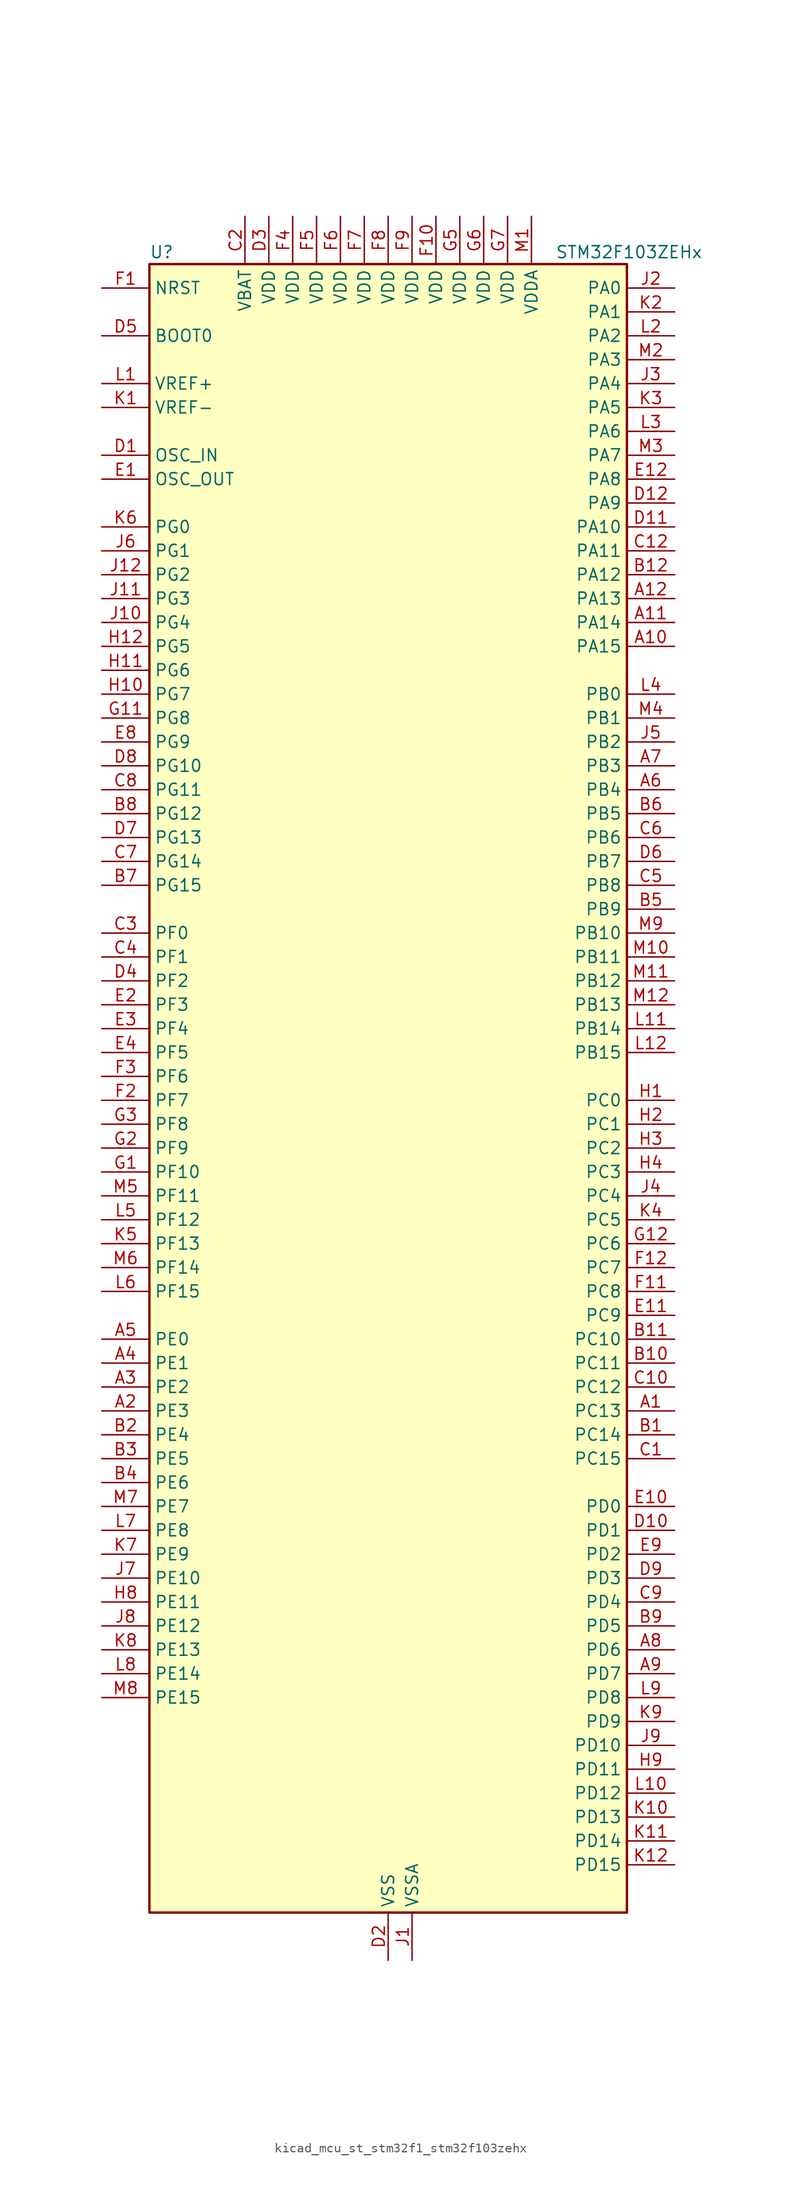
<source format=kicad_sym>
(kicad_symbol_lib
  (version 20220914)
  (generator kicad_symbol_editor)
  (symbol "kicad_mcu_st_stm32f1_stm32f103zehx"
    (property "Reference" "U"
      (at -25.4 90.17 0)
      (effects (font (size 1.27 1.27)) (justify left)))
    (property "Value" "STM32F103ZEHx"
      (at 17.78 90.17 0)
      (effects (font (size 1.27 1.27)) (justify left)))
    (property "ki_locked" ""
      (at 0 0 0)
      (effects (font (size 1.27 1.27))))
    (symbol "kicad_mcu_st_stm32f1_stm32f103zehx_0_1"
      (rectangle (start -25.4 -86.36) (end 25.4 88.9) (stroke (width 0.254) (type default)) (fill (type background))))
    (symbol "kicad_mcu_st_stm32f1_stm32f103zehx_1_1"
      (pin bidirectional line (at 30.48 -33.02 180) (length 5.08) (name "PC13" (effects (font (size 1.27 1.27)))) (number "A1" (effects (font (size 1.27 1.27)))) (alternate "RTC_OUT" bidirectional line) (alternate "RTC_TAMPER" bidirectional line))
      (pin bidirectional line (at 30.48 48.26 180) (length 5.08) (name "PA15" (effects (font (size 1.27 1.27)))) (number "A10" (effects (font (size 1.27 1.27)))) (alternate "ADC1_EXTI15" bidirectional line) (alternate "ADC2_EXTI15" bidirectional line) (alternate "I2S3_WS" bidirectional line) (alternate "SPI1_NSS" bidirectional line) (alternate "SPI3_NSS" bidirectional line) (alternate "SYS_JTDI" bidirectional line) (alternate "TIM2_CH1" bidirectional line) (alternate "TIM2_ETR" bidirectional line))
      (pin bidirectional line (at 30.48 50.8 180) (length 5.08) (name "PA14" (effects (font (size 1.27 1.27)))) (number "A11" (effects (font (size 1.27 1.27)))) (alternate "SYS_JTCK-SWCLK" bidirectional line))
      (pin bidirectional line (at 30.48 53.34 180) (length 5.08) (name "PA13" (effects (font (size 1.27 1.27)))) (number "A12" (effects (font (size 1.27 1.27)))) (alternate "SYS_JTMS-SWDIO" bidirectional line))
      (pin bidirectional line (at -30.48 -33.02 0) (length 5.08) (name "PE3" (effects (font (size 1.27 1.27)))) (number "A2" (effects (font (size 1.27 1.27)))) (alternate "FSMC_A19" bidirectional line) (alternate "SYS_TRACED0" bidirectional line))
      (pin bidirectional line (at -30.48 -30.48 0) (length 5.08) (name "PE2" (effects (font (size 1.27 1.27)))) (number "A3" (effects (font (size 1.27 1.27)))) (alternate "FSMC_A23" bidirectional line) (alternate "SYS_TRACECLK" bidirectional line))
      (pin bidirectional line (at -30.48 -27.94 0) (length 5.08) (name "PE1" (effects (font (size 1.27 1.27)))) (number "A4" (effects (font (size 1.27 1.27)))) (alternate "FSMC_NBL1" bidirectional line))
      (pin bidirectional line (at -30.48 -25.4 0) (length 5.08) (name "PE0" (effects (font (size 1.27 1.27)))) (number "A5" (effects (font (size 1.27 1.27)))) (alternate "FSMC_NBL0" bidirectional line) (alternate "TIM4_ETR" bidirectional line))
      (pin bidirectional line (at 30.48 33.02 180) (length 5.08) (name "PB4" (effects (font (size 1.27 1.27)))) (number "A6" (effects (font (size 1.27 1.27)))) (alternate "SPI1_MISO" bidirectional line) (alternate "SPI3_MISO" bidirectional line) (alternate "SYS_NJTRST" bidirectional line) (alternate "TIM3_CH1" bidirectional line))
      (pin bidirectional line (at 30.48 35.56 180) (length 5.08) (name "PB3" (effects (font (size 1.27 1.27)))) (number "A7" (effects (font (size 1.27 1.27)))) (alternate "I2S3_CK" bidirectional line) (alternate "SPI1_SCK" bidirectional line) (alternate "SPI3_SCK" bidirectional line) (alternate "SYS_JTDO-TRACESWO" bidirectional line) (alternate "TIM2_CH2" bidirectional line))
      (pin bidirectional line (at 30.48 -58.42 180) (length 5.08) (name "PD6" (effects (font (size 1.27 1.27)))) (number "A8" (effects (font (size 1.27 1.27)))) (alternate "FSMC_NWAIT" bidirectional line) (alternate "USART2_RX" bidirectional line))
      (pin bidirectional line (at 30.48 -60.96 180) (length 5.08) (name "PD7" (effects (font (size 1.27 1.27)))) (number "A9" (effects (font (size 1.27 1.27)))) (alternate "FSMC_NCE2" bidirectional line) (alternate "FSMC_NE1" bidirectional line) (alternate "USART2_CK" bidirectional line))
      (pin bidirectional line (at 30.48 -35.56 180) (length 5.08) (name "PC14" (effects (font (size 1.27 1.27)))) (number "B1" (effects (font (size 1.27 1.27)))) (alternate "RCC_OSC32_IN" bidirectional line))
      (pin bidirectional line (at 30.48 -27.94 180) (length 5.08) (name "PC11" (effects (font (size 1.27 1.27)))) (number "B10" (effects (font (size 1.27 1.27)))) (alternate "ADC1_EXTI11" bidirectional line) (alternate "ADC2_EXTI11" bidirectional line) (alternate "SDIO_D3" bidirectional line) (alternate "UART4_RX" bidirectional line) (alternate "USART3_RX" bidirectional line))
      (pin bidirectional line (at 30.48 -25.4 180) (length 5.08) (name "PC10" (effects (font (size 1.27 1.27)))) (number "B11" (effects (font (size 1.27 1.27)))) (alternate "SDIO_D2" bidirectional line) (alternate "UART4_TX" bidirectional line) (alternate "USART3_TX" bidirectional line))
      (pin bidirectional line (at 30.48 55.88 180) (length 5.08) (name "PA12" (effects (font (size 1.27 1.27)))) (number "B12" (effects (font (size 1.27 1.27)))) (alternate "CAN_TX" bidirectional line) (alternate "TIM1_ETR" bidirectional line) (alternate "USART1_RTS" bidirectional line) (alternate "USB_DP" bidirectional line))
      (pin bidirectional line (at -30.48 -35.56 0) (length 5.08) (name "PE4" (effects (font (size 1.27 1.27)))) (number "B2" (effects (font (size 1.27 1.27)))) (alternate "FSMC_A20" bidirectional line) (alternate "SYS_TRACED1" bidirectional line))
      (pin bidirectional line (at -30.48 -38.1 0) (length 5.08) (name "PE5" (effects (font (size 1.27 1.27)))) (number "B3" (effects (font (size 1.27 1.27)))) (alternate "FSMC_A21" bidirectional line) (alternate "SYS_TRACED2" bidirectional line))
      (pin bidirectional line (at -30.48 -40.64 0) (length 5.08) (name "PE6" (effects (font (size 1.27 1.27)))) (number "B4" (effects (font (size 1.27 1.27)))) (alternate "FSMC_A22" bidirectional line) (alternate "SYS_TRACED3" bidirectional line))
      (pin bidirectional line (at 30.48 20.32 180) (length 5.08) (name "PB9" (effects (font (size 1.27 1.27)))) (number "B5" (effects (font (size 1.27 1.27)))) (alternate "CAN_TX" bidirectional line) (alternate "DAC_EXTI9" bidirectional line) (alternate "I2C1_SDA" bidirectional line) (alternate "SDIO_D5" bidirectional line) (alternate "TIM4_CH4" bidirectional line))
      (pin bidirectional line (at 30.48 30.48 180) (length 5.08) (name "PB5" (effects (font (size 1.27 1.27)))) (number "B6" (effects (font (size 1.27 1.27)))) (alternate "I2C1_SMBA" bidirectional line) (alternate "I2S3_SD" bidirectional line) (alternate "SPI1_MOSI" bidirectional line) (alternate "SPI3_MOSI" bidirectional line) (alternate "TIM3_CH2" bidirectional line))
      (pin bidirectional line (at -30.48 22.86 0) (length 5.08) (name "PG15" (effects (font (size 1.27 1.27)))) (number "B7" (effects (font (size 1.27 1.27)))) (alternate "ADC1_EXTI15" bidirectional line) (alternate "ADC2_EXTI15" bidirectional line))
      (pin bidirectional line (at -30.48 30.48 0) (length 5.08) (name "PG12" (effects (font (size 1.27 1.27)))) (number "B8" (effects (font (size 1.27 1.27)))) (alternate "FSMC_NE4" bidirectional line))
      (pin bidirectional line (at 30.48 -55.88 180) (length 5.08) (name "PD5" (effects (font (size 1.27 1.27)))) (number "B9" (effects (font (size 1.27 1.27)))) (alternate "FSMC_NWE" bidirectional line) (alternate "USART2_TX" bidirectional line))
      (pin bidirectional line (at 30.48 -38.1 180) (length 5.08) (name "PC15" (effects (font (size 1.27 1.27)))) (number "C1" (effects (font (size 1.27 1.27)))) (alternate "ADC1_EXTI15" bidirectional line) (alternate "ADC2_EXTI15" bidirectional line) (alternate "RCC_OSC32_OUT" bidirectional line))
      (pin bidirectional line (at 30.48 -30.48 180) (length 5.08) (name "PC12" (effects (font (size 1.27 1.27)))) (number "C10" (effects (font (size 1.27 1.27)))) (alternate "SDIO_CK" bidirectional line) (alternate "UART5_TX" bidirectional line) (alternate "USART3_CK" bidirectional line))
      (pin no_connect line (at -25.4 -86.36 0) (length 5.08) hide (name "NC" (effects (font (size 1.27 1.27)))) (number "C11" (effects (font (size 1.27 1.27)))))
      (pin bidirectional line (at 30.48 58.42 180) (length 5.08) (name "PA11" (effects (font (size 1.27 1.27)))) (number "C12" (effects (font (size 1.27 1.27)))) (alternate "ADC1_EXTI11" bidirectional line) (alternate "ADC2_EXTI11" bidirectional line) (alternate "CAN_RX" bidirectional line) (alternate "TIM1_CH4" bidirectional line) (alternate "USART1_CTS" bidirectional line) (alternate "USB_DM" bidirectional line))
      (pin power_in line (at -15.24 93.98 270) (length 5.08) (name "VBAT" (effects (font (size 1.27 1.27)))) (number "C2" (effects (font (size 1.27 1.27)))))
      (pin bidirectional line (at -30.48 17.78 0) (length 5.08) (name "PF0" (effects (font (size 1.27 1.27)))) (number "C3" (effects (font (size 1.27 1.27)))) (alternate "FSMC_A0" bidirectional line))
      (pin bidirectional line (at -30.48 15.24 0) (length 5.08) (name "PF1" (effects (font (size 1.27 1.27)))) (number "C4" (effects (font (size 1.27 1.27)))) (alternate "FSMC_A1" bidirectional line))
      (pin bidirectional line (at 30.48 22.86 180) (length 5.08) (name "PB8" (effects (font (size 1.27 1.27)))) (number "C5" (effects (font (size 1.27 1.27)))) (alternate "CAN_RX" bidirectional line) (alternate "I2C1_SCL" bidirectional line) (alternate "SDIO_D4" bidirectional line) (alternate "TIM4_CH3" bidirectional line))
      (pin bidirectional line (at 30.48 27.94 180) (length 5.08) (name "PB6" (effects (font (size 1.27 1.27)))) (number "C6" (effects (font (size 1.27 1.27)))) (alternate "I2C1_SCL" bidirectional line) (alternate "TIM4_CH1" bidirectional line) (alternate "USART1_TX" bidirectional line))
      (pin bidirectional line (at -30.48 25.4 0) (length 5.08) (name "PG14" (effects (font (size 1.27 1.27)))) (number "C7" (effects (font (size 1.27 1.27)))) (alternate "FSMC_A25" bidirectional line))
      (pin bidirectional line (at -30.48 33.02 0) (length 5.08) (name "PG11" (effects (font (size 1.27 1.27)))) (number "C8" (effects (font (size 1.27 1.27)))) (alternate "ADC1_EXTI11" bidirectional line) (alternate "ADC2_EXTI11" bidirectional line) (alternate "FSMC_NCE4_2" bidirectional line))
      (pin bidirectional line (at 30.48 -53.34 180) (length 5.08) (name "PD4" (effects (font (size 1.27 1.27)))) (number "C9" (effects (font (size 1.27 1.27)))) (alternate "FSMC_NOE" bidirectional line) (alternate "USART2_RTS" bidirectional line))
      (pin input line (at -30.48 68.58 0) (length 5.08) (name "OSC_IN" (effects (font (size 1.27 1.27)))) (number "D1" (effects (font (size 1.27 1.27)))) (alternate "RCC_OSC_IN" bidirectional line))
      (pin bidirectional line (at 30.48 -45.72 180) (length 5.08) (name "PD1" (effects (font (size 1.27 1.27)))) (number "D10" (effects (font (size 1.27 1.27)))) (alternate "CAN_TX" bidirectional line) (alternate "FSMC_D3" bidirectional line) (alternate "FSMC_DA3" bidirectional line))
      (pin bidirectional line (at 30.48 60.96 180) (length 5.08) (name "PA10" (effects (font (size 1.27 1.27)))) (number "D11" (effects (font (size 1.27 1.27)))) (alternate "TIM1_CH3" bidirectional line) (alternate "USART1_RX" bidirectional line))
      (pin bidirectional line (at 30.48 63.5 180) (length 5.08) (name "PA9" (effects (font (size 1.27 1.27)))) (number "D12" (effects (font (size 1.27 1.27)))) (alternate "DAC_EXTI9" bidirectional line) (alternate "TIM1_CH2" bidirectional line) (alternate "USART1_TX" bidirectional line))
      (pin power_in line (at 0 -91.44 90) (length 5.08) (name "VSS" (effects (font (size 1.27 1.27)))) (number "D2" (effects (font (size 1.27 1.27)))))
      (pin power_in line (at -12.7 93.98 270) (length 5.08) (name "VDD" (effects (font (size 1.27 1.27)))) (number "D3" (effects (font (size 1.27 1.27)))))
      (pin bidirectional line (at -30.48 12.7 0) (length 5.08) (name "PF2" (effects (font (size 1.27 1.27)))) (number "D4" (effects (font (size 1.27 1.27)))) (alternate "FSMC_A2" bidirectional line))
      (pin input line (at -30.48 81.28 0) (length 5.08) (name "BOOT0" (effects (font (size 1.27 1.27)))) (number "D5" (effects (font (size 1.27 1.27)))))
      (pin bidirectional line (at 30.48 25.4 180) (length 5.08) (name "PB7" (effects (font (size 1.27 1.27)))) (number "D6" (effects (font (size 1.27 1.27)))) (alternate "FSMC_NL" bidirectional line) (alternate "I2C1_SDA" bidirectional line) (alternate "TIM4_CH2" bidirectional line) (alternate "USART1_RX" bidirectional line))
      (pin bidirectional line (at -30.48 27.94 0) (length 5.08) (name "PG13" (effects (font (size 1.27 1.27)))) (number "D7" (effects (font (size 1.27 1.27)))) (alternate "FSMC_A24" bidirectional line))
      (pin bidirectional line (at -30.48 35.56 0) (length 5.08) (name "PG10" (effects (font (size 1.27 1.27)))) (number "D8" (effects (font (size 1.27 1.27)))) (alternate "FSMC_NCE4_1" bidirectional line) (alternate "FSMC_NE3" bidirectional line))
      (pin bidirectional line (at 30.48 -50.8 180) (length 5.08) (name "PD3" (effects (font (size 1.27 1.27)))) (number "D9" (effects (font (size 1.27 1.27)))) (alternate "FSMC_CLK" bidirectional line) (alternate "USART2_CTS" bidirectional line))
      (pin input line (at -30.48 66.04 0) (length 5.08) (name "OSC_OUT" (effects (font (size 1.27 1.27)))) (number "E1" (effects (font (size 1.27 1.27)))) (alternate "RCC_OSC_OUT" bidirectional line))
      (pin bidirectional line (at 30.48 -43.18 180) (length 5.08) (name "PD0" (effects (font (size 1.27 1.27)))) (number "E10" (effects (font (size 1.27 1.27)))) (alternate "CAN_RX" bidirectional line) (alternate "FSMC_D2" bidirectional line) (alternate "FSMC_DA2" bidirectional line))
      (pin bidirectional line (at 30.48 -22.86 180) (length 5.08) (name "PC9" (effects (font (size 1.27 1.27)))) (number "E11" (effects (font (size 1.27 1.27)))) (alternate "DAC_EXTI9" bidirectional line) (alternate "SDIO_D1" bidirectional line) (alternate "TIM3_CH4" bidirectional line) (alternate "TIM8_CH4" bidirectional line))
      (pin bidirectional line (at 30.48 66.04 180) (length 5.08) (name "PA8" (effects (font (size 1.27 1.27)))) (number "E12" (effects (font (size 1.27 1.27)))) (alternate "RCC_MCO" bidirectional line) (alternate "TIM1_CH1" bidirectional line) (alternate "USART1_CK" bidirectional line))
      (pin bidirectional line (at -30.48 10.16 0) (length 5.08) (name "PF3" (effects (font (size 1.27 1.27)))) (number "E2" (effects (font (size 1.27 1.27)))) (alternate "FSMC_A3" bidirectional line))
      (pin bidirectional line (at -30.48 7.62 0) (length 5.08) (name "PF4" (effects (font (size 1.27 1.27)))) (number "E3" (effects (font (size 1.27 1.27)))) (alternate "FSMC_A4" bidirectional line))
      (pin bidirectional line (at -30.48 5.08 0) (length 5.08) (name "PF5" (effects (font (size 1.27 1.27)))) (number "E4" (effects (font (size 1.27 1.27)))) (alternate "FSMC_A5" bidirectional line))
      (pin passive line (at 0 -91.44 90) (length 5.08) hide (name "VSS" (effects (font (size 1.27 1.27)))) (number "E5" (effects (font (size 1.27 1.27)))))
      (pin passive line (at 0 -91.44 90) (length 5.08) hide (name "VSS" (effects (font (size 1.27 1.27)))) (number "E6" (effects (font (size 1.27 1.27)))))
      (pin passive line (at 0 -91.44 90) (length 5.08) hide (name "VSS" (effects (font (size 1.27 1.27)))) (number "E7" (effects (font (size 1.27 1.27)))))
      (pin bidirectional line (at -30.48 38.1 0) (length 5.08) (name "PG9" (effects (font (size 1.27 1.27)))) (number "E8" (effects (font (size 1.27 1.27)))) (alternate "DAC_EXTI9" bidirectional line) (alternate "FSMC_NCE3" bidirectional line) (alternate "FSMC_NE2" bidirectional line))
      (pin bidirectional line (at 30.48 -48.26 180) (length 5.08) (name "PD2" (effects (font (size 1.27 1.27)))) (number "E9" (effects (font (size 1.27 1.27)))) (alternate "SDIO_CMD" bidirectional line) (alternate "TIM3_ETR" bidirectional line) (alternate "UART5_RX" bidirectional line))
      (pin input line (at -30.48 86.36 0) (length 5.08) (name "NRST" (effects (font (size 1.27 1.27)))) (number "F1" (effects (font (size 1.27 1.27)))))
      (pin power_in line (at 5.08 93.98 270) (length 5.08) (name "VDD" (effects (font (size 1.27 1.27)))) (number "F10" (effects (font (size 1.27 1.27)))))
      (pin bidirectional line (at 30.48 -20.32 180) (length 5.08) (name "PC8" (effects (font (size 1.27 1.27)))) (number "F11" (effects (font (size 1.27 1.27)))) (alternate "SDIO_D0" bidirectional line) (alternate "TIM3_CH3" bidirectional line) (alternate "TIM8_CH3" bidirectional line))
      (pin bidirectional line (at 30.48 -17.78 180) (length 5.08) (name "PC7" (effects (font (size 1.27 1.27)))) (number "F12" (effects (font (size 1.27 1.27)))) (alternate "I2S3_MCK" bidirectional line) (alternate "SDIO_D7" bidirectional line) (alternate "TIM3_CH2" bidirectional line) (alternate "TIM8_CH2" bidirectional line))
      (pin bidirectional line (at -30.48 0 0) (length 5.08) (name "PF7" (effects (font (size 1.27 1.27)))) (number "F2" (effects (font (size 1.27 1.27)))) (alternate "ADC3_IN5" bidirectional line) (alternate "FSMC_NREG" bidirectional line))
      (pin bidirectional line (at -30.48 2.54 0) (length 5.08) (name "PF6" (effects (font (size 1.27 1.27)))) (number "F3" (effects (font (size 1.27 1.27)))) (alternate "ADC3_IN4" bidirectional line) (alternate "FSMC_NIORD" bidirectional line))
      (pin power_in line (at -10.16 93.98 270) (length 5.08) (name "VDD" (effects (font (size 1.27 1.27)))) (number "F4" (effects (font (size 1.27 1.27)))))
      (pin power_in line (at -7.62 93.98 270) (length 5.08) (name "VDD" (effects (font (size 1.27 1.27)))) (number "F5" (effects (font (size 1.27 1.27)))))
      (pin power_in line (at -5.08 93.98 270) (length 5.08) (name "VDD" (effects (font (size 1.27 1.27)))) (number "F6" (effects (font (size 1.27 1.27)))))
      (pin power_in line (at -2.54 93.98 270) (length 5.08) (name "VDD" (effects (font (size 1.27 1.27)))) (number "F7" (effects (font (size 1.27 1.27)))))
      (pin power_in line (at 0 93.98 270) (length 5.08) (name "VDD" (effects (font (size 1.27 1.27)))) (number "F8" (effects (font (size 1.27 1.27)))))
      (pin power_in line (at 2.54 93.98 270) (length 5.08) (name "VDD" (effects (font (size 1.27 1.27)))) (number "F9" (effects (font (size 1.27 1.27)))))
      (pin bidirectional line (at -30.48 -7.62 0) (length 5.08) (name "PF10" (effects (font (size 1.27 1.27)))) (number "G1" (effects (font (size 1.27 1.27)))) (alternate "ADC3_IN8" bidirectional line) (alternate "FSMC_INTR" bidirectional line))
      (pin passive line (at 0 -91.44 90) (length 5.08) hide (name "VSS" (effects (font (size 1.27 1.27)))) (number "G10" (effects (font (size 1.27 1.27)))))
      (pin bidirectional line (at -30.48 40.64 0) (length 5.08) (name "PG8" (effects (font (size 1.27 1.27)))) (number "G11" (effects (font (size 1.27 1.27)))))
      (pin bidirectional line (at 30.48 -15.24 180) (length 5.08) (name "PC6" (effects (font (size 1.27 1.27)))) (number "G12" (effects (font (size 1.27 1.27)))) (alternate "I2S2_MCK" bidirectional line) (alternate "SDIO_D6" bidirectional line) (alternate "TIM3_CH1" bidirectional line) (alternate "TIM8_CH1" bidirectional line))
      (pin bidirectional line (at -30.48 -5.08 0) (length 5.08) (name "PF9" (effects (font (size 1.27 1.27)))) (number "G2" (effects (font (size 1.27 1.27)))) (alternate "ADC3_IN7" bidirectional line) (alternate "DAC_EXTI9" bidirectional line) (alternate "FSMC_CD" bidirectional line))
      (pin bidirectional line (at -30.48 -2.54 0) (length 5.08) (name "PF8" (effects (font (size 1.27 1.27)))) (number "G3" (effects (font (size 1.27 1.27)))) (alternate "ADC3_IN6" bidirectional line) (alternate "FSMC_NIOWR" bidirectional line))
      (pin passive line (at 0 -91.44 90) (length 5.08) hide (name "VSS" (effects (font (size 1.27 1.27)))) (number "G4" (effects (font (size 1.27 1.27)))))
      (pin power_in line (at 7.62 93.98 270) (length 5.08) (name "VDD" (effects (font (size 1.27 1.27)))) (number "G5" (effects (font (size 1.27 1.27)))))
      (pin power_in line (at 10.16 93.98 270) (length 5.08) (name "VDD" (effects (font (size 1.27 1.27)))) (number "G6" (effects (font (size 1.27 1.27)))))
      (pin power_in line (at 12.7 93.98 270) (length 5.08) (name "VDD" (effects (font (size 1.27 1.27)))) (number "G7" (effects (font (size 1.27 1.27)))))
      (pin passive line (at 0 -91.44 90) (length 5.08) hide (name "VSS" (effects (font (size 1.27 1.27)))) (number "G8" (effects (font (size 1.27 1.27)))))
      (pin passive line (at 0 -91.44 90) (length 5.08) hide (name "VSS" (effects (font (size 1.27 1.27)))) (number "G9" (effects (font (size 1.27 1.27)))))
      (pin bidirectional line (at 30.48 0 180) (length 5.08) (name "PC0" (effects (font (size 1.27 1.27)))) (number "H1" (effects (font (size 1.27 1.27)))) (alternate "ADC1_IN10" bidirectional line) (alternate "ADC2_IN10" bidirectional line) (alternate "ADC3_IN10" bidirectional line))
      (pin bidirectional line (at -30.48 43.18 0) (length 5.08) (name "PG7" (effects (font (size 1.27 1.27)))) (number "H10" (effects (font (size 1.27 1.27)))) (alternate "FSMC_INT3" bidirectional line))
      (pin bidirectional line (at -30.48 45.72 0) (length 5.08) (name "PG6" (effects (font (size 1.27 1.27)))) (number "H11" (effects (font (size 1.27 1.27)))) (alternate "FSMC_INT2" bidirectional line))
      (pin bidirectional line (at -30.48 48.26 0) (length 5.08) (name "PG5" (effects (font (size 1.27 1.27)))) (number "H12" (effects (font (size 1.27 1.27)))) (alternate "FSMC_A15" bidirectional line))
      (pin bidirectional line (at 30.48 -2.54 180) (length 5.08) (name "PC1" (effects (font (size 1.27 1.27)))) (number "H2" (effects (font (size 1.27 1.27)))) (alternate "ADC1_IN11" bidirectional line) (alternate "ADC2_IN11" bidirectional line) (alternate "ADC3_IN11" bidirectional line))
      (pin bidirectional line (at 30.48 -5.08 180) (length 5.08) (name "PC2" (effects (font (size 1.27 1.27)))) (number "H3" (effects (font (size 1.27 1.27)))) (alternate "ADC1_IN12" bidirectional line) (alternate "ADC2_IN12" bidirectional line) (alternate "ADC3_IN12" bidirectional line))
      (pin bidirectional line (at 30.48 -7.62 180) (length 5.08) (name "PC3" (effects (font (size 1.27 1.27)))) (number "H4" (effects (font (size 1.27 1.27)))) (alternate "ADC1_IN13" bidirectional line) (alternate "ADC2_IN13" bidirectional line) (alternate "ADC3_IN13" bidirectional line))
      (pin passive line (at 0 -91.44 90) (length 5.08) hide (name "VSS" (effects (font (size 1.27 1.27)))) (number "H5" (effects (font (size 1.27 1.27)))))
      (pin passive line (at 0 -91.44 90) (length 5.08) hide (name "VSS" (effects (font (size 1.27 1.27)))) (number "H6" (effects (font (size 1.27 1.27)))))
      (pin passive line (at 0 -91.44 90) (length 5.08) hide (name "VSS" (effects (font (size 1.27 1.27)))) (number "H7" (effects (font (size 1.27 1.27)))))
      (pin bidirectional line (at -30.48 -53.34 0) (length 5.08) (name "PE11" (effects (font (size 1.27 1.27)))) (number "H8" (effects (font (size 1.27 1.27)))) (alternate "ADC1_EXTI11" bidirectional line) (alternate "ADC2_EXTI11" bidirectional line) (alternate "FSMC_D8" bidirectional line) (alternate "FSMC_DA8" bidirectional line) (alternate "TIM1_CH2" bidirectional line))
      (pin bidirectional line (at 30.48 -71.12 180) (length 5.08) (name "PD11" (effects (font (size 1.27 1.27)))) (number "H9" (effects (font (size 1.27 1.27)))) (alternate "ADC1_EXTI11" bidirectional line) (alternate "ADC2_EXTI11" bidirectional line) (alternate "FSMC_A16" bidirectional line) (alternate "FSMC_CLE" bidirectional line) (alternate "USART3_CTS" bidirectional line))
      (pin power_in line (at 2.54 -91.44 90) (length 5.08) (name "VSSA" (effects (font (size 1.27 1.27)))) (number "J1" (effects (font (size 1.27 1.27)))))
      (pin bidirectional line (at -30.48 50.8 0) (length 5.08) (name "PG4" (effects (font (size 1.27 1.27)))) (number "J10" (effects (font (size 1.27 1.27)))) (alternate "FSMC_A14" bidirectional line))
      (pin bidirectional line (at -30.48 53.34 0) (length 5.08) (name "PG3" (effects (font (size 1.27 1.27)))) (number "J11" (effects (font (size 1.27 1.27)))) (alternate "FSMC_A13" bidirectional line))
      (pin bidirectional line (at -30.48 55.88 0) (length 5.08) (name "PG2" (effects (font (size 1.27 1.27)))) (number "J12" (effects (font (size 1.27 1.27)))) (alternate "FSMC_A12" bidirectional line))
      (pin bidirectional line (at 30.48 86.36 180) (length 5.08) (name "PA0" (effects (font (size 1.27 1.27)))) (number "J2" (effects (font (size 1.27 1.27)))) (alternate "ADC1_IN0" bidirectional line) (alternate "ADC2_IN0" bidirectional line) (alternate "ADC3_IN0" bidirectional line) (alternate "SYS_WKUP" bidirectional line) (alternate "TIM2_CH1" bidirectional line) (alternate "TIM2_ETR" bidirectional line) (alternate "TIM5_CH1" bidirectional line) (alternate "TIM8_ETR" bidirectional line) (alternate "USART2_CTS" bidirectional line))
      (pin bidirectional line (at 30.48 76.2 180) (length 5.08) (name "PA4" (effects (font (size 1.27 1.27)))) (number "J3" (effects (font (size 1.27 1.27)))) (alternate "ADC1_IN4" bidirectional line) (alternate "ADC2_IN4" bidirectional line) (alternate "DAC_OUT1" bidirectional line) (alternate "SPI1_NSS" bidirectional line) (alternate "USART2_CK" bidirectional line))
      (pin bidirectional line (at 30.48 -10.16 180) (length 5.08) (name "PC4" (effects (font (size 1.27 1.27)))) (number "J4" (effects (font (size 1.27 1.27)))) (alternate "ADC1_IN14" bidirectional line) (alternate "ADC2_IN14" bidirectional line))
      (pin bidirectional line (at 30.48 38.1 180) (length 5.08) (name "PB2" (effects (font (size 1.27 1.27)))) (number "J5" (effects (font (size 1.27 1.27)))))
      (pin bidirectional line (at -30.48 58.42 0) (length 5.08) (name "PG1" (effects (font (size 1.27 1.27)))) (number "J6" (effects (font (size 1.27 1.27)))) (alternate "FSMC_A11" bidirectional line))
      (pin bidirectional line (at -30.48 -50.8 0) (length 5.08) (name "PE10" (effects (font (size 1.27 1.27)))) (number "J7" (effects (font (size 1.27 1.27)))) (alternate "FSMC_D7" bidirectional line) (alternate "FSMC_DA7" bidirectional line) (alternate "TIM1_CH2N" bidirectional line))
      (pin bidirectional line (at -30.48 -55.88 0) (length 5.08) (name "PE12" (effects (font (size 1.27 1.27)))) (number "J8" (effects (font (size 1.27 1.27)))) (alternate "FSMC_D9" bidirectional line) (alternate "FSMC_DA9" bidirectional line) (alternate "TIM1_CH3N" bidirectional line))
      (pin bidirectional line (at 30.48 -68.58 180) (length 5.08) (name "PD10" (effects (font (size 1.27 1.27)))) (number "J9" (effects (font (size 1.27 1.27)))) (alternate "FSMC_D15" bidirectional line) (alternate "FSMC_DA15" bidirectional line) (alternate "USART3_CK" bidirectional line))
      (pin input line (at -30.48 73.66 0) (length 5.08) (name "VREF-" (effects (font (size 1.27 1.27)))) (number "K1" (effects (font (size 1.27 1.27)))))
      (pin bidirectional line (at 30.48 -76.2 180) (length 5.08) (name "PD13" (effects (font (size 1.27 1.27)))) (number "K10" (effects (font (size 1.27 1.27)))) (alternate "FSMC_A18" bidirectional line) (alternate "TIM4_CH2" bidirectional line))
      (pin bidirectional line (at 30.48 -78.74 180) (length 5.08) (name "PD14" (effects (font (size 1.27 1.27)))) (number "K11" (effects (font (size 1.27 1.27)))) (alternate "FSMC_D0" bidirectional line) (alternate "FSMC_DA0" bidirectional line) (alternate "TIM4_CH3" bidirectional line))
      (pin bidirectional line (at 30.48 -81.28 180) (length 5.08) (name "PD15" (effects (font (size 1.27 1.27)))) (number "K12" (effects (font (size 1.27 1.27)))) (alternate "ADC1_EXTI15" bidirectional line) (alternate "ADC2_EXTI15" bidirectional line) (alternate "FSMC_D1" bidirectional line) (alternate "FSMC_DA1" bidirectional line) (alternate "TIM4_CH4" bidirectional line))
      (pin bidirectional line (at 30.48 83.82 180) (length 5.08) (name "PA1" (effects (font (size 1.27 1.27)))) (number "K2" (effects (font (size 1.27 1.27)))) (alternate "ADC1_IN1" bidirectional line) (alternate "ADC2_IN1" bidirectional line) (alternate "ADC3_IN1" bidirectional line) (alternate "TIM2_CH2" bidirectional line) (alternate "TIM5_CH2" bidirectional line) (alternate "USART2_RTS" bidirectional line))
      (pin bidirectional line (at 30.48 73.66 180) (length 5.08) (name "PA5" (effects (font (size 1.27 1.27)))) (number "K3" (effects (font (size 1.27 1.27)))) (alternate "ADC1_IN5" bidirectional line) (alternate "ADC2_IN5" bidirectional line) (alternate "DAC_OUT2" bidirectional line) (alternate "SPI1_SCK" bidirectional line))
      (pin bidirectional line (at 30.48 -12.7 180) (length 5.08) (name "PC5" (effects (font (size 1.27 1.27)))) (number "K4" (effects (font (size 1.27 1.27)))) (alternate "ADC1_IN15" bidirectional line) (alternate "ADC2_IN15" bidirectional line))
      (pin bidirectional line (at -30.48 -15.24 0) (length 5.08) (name "PF13" (effects (font (size 1.27 1.27)))) (number "K5" (effects (font (size 1.27 1.27)))) (alternate "FSMC_A7" bidirectional line))
      (pin bidirectional line (at -30.48 60.96 0) (length 5.08) (name "PG0" (effects (font (size 1.27 1.27)))) (number "K6" (effects (font (size 1.27 1.27)))) (alternate "FSMC_A10" bidirectional line))
      (pin bidirectional line (at -30.48 -48.26 0) (length 5.08) (name "PE9" (effects (font (size 1.27 1.27)))) (number "K7" (effects (font (size 1.27 1.27)))) (alternate "DAC_EXTI9" bidirectional line) (alternate "FSMC_D6" bidirectional line) (alternate "FSMC_DA6" bidirectional line) (alternate "TIM1_CH1" bidirectional line))
      (pin bidirectional line (at -30.48 -58.42 0) (length 5.08) (name "PE13" (effects (font (size 1.27 1.27)))) (number "K8" (effects (font (size 1.27 1.27)))) (alternate "FSMC_D10" bidirectional line) (alternate "FSMC_DA10" bidirectional line) (alternate "TIM1_CH3" bidirectional line))
      (pin bidirectional line (at 30.48 -66.04 180) (length 5.08) (name "PD9" (effects (font (size 1.27 1.27)))) (number "K9" (effects (font (size 1.27 1.27)))) (alternate "DAC_EXTI9" bidirectional line) (alternate "FSMC_D14" bidirectional line) (alternate "FSMC_DA14" bidirectional line) (alternate "USART3_RX" bidirectional line))
      (pin input line (at -30.48 76.2 0) (length 5.08) (name "VREF+" (effects (font (size 1.27 1.27)))) (number "L1" (effects (font (size 1.27 1.27)))))
      (pin bidirectional line (at 30.48 -73.66 180) (length 5.08) (name "PD12" (effects (font (size 1.27 1.27)))) (number "L10" (effects (font (size 1.27 1.27)))) (alternate "FSMC_A17" bidirectional line) (alternate "FSMC_ALE" bidirectional line) (alternate "TIM4_CH1" bidirectional line) (alternate "USART3_RTS" bidirectional line))
      (pin bidirectional line (at 30.48 7.62 180) (length 5.08) (name "PB14" (effects (font (size 1.27 1.27)))) (number "L11" (effects (font (size 1.27 1.27)))) (alternate "SPI2_MISO" bidirectional line) (alternate "TIM1_CH2N" bidirectional line) (alternate "USART3_RTS" bidirectional line))
      (pin bidirectional line (at 30.48 5.08 180) (length 5.08) (name "PB15" (effects (font (size 1.27 1.27)))) (number "L12" (effects (font (size 1.27 1.27)))) (alternate "ADC1_EXTI15" bidirectional line) (alternate "ADC2_EXTI15" bidirectional line) (alternate "I2S2_SD" bidirectional line) (alternate "SPI2_MOSI" bidirectional line) (alternate "TIM1_CH3N" bidirectional line))
      (pin bidirectional line (at 30.48 81.28 180) (length 5.08) (name "PA2" (effects (font (size 1.27 1.27)))) (number "L2" (effects (font (size 1.27 1.27)))) (alternate "ADC1_IN2" bidirectional line) (alternate "ADC2_IN2" bidirectional line) (alternate "ADC3_IN2" bidirectional line) (alternate "TIM2_CH3" bidirectional line) (alternate "TIM5_CH3" bidirectional line) (alternate "USART2_TX" bidirectional line))
      (pin bidirectional line (at 30.48 71.12 180) (length 5.08) (name "PA6" (effects (font (size 1.27 1.27)))) (number "L3" (effects (font (size 1.27 1.27)))) (alternate "ADC1_IN6" bidirectional line) (alternate "ADC2_IN6" bidirectional line) (alternate "SPI1_MISO" bidirectional line) (alternate "TIM1_BKIN" bidirectional line) (alternate "TIM3_CH1" bidirectional line) (alternate "TIM8_BKIN" bidirectional line))
      (pin bidirectional line (at 30.48 43.18 180) (length 5.08) (name "PB0" (effects (font (size 1.27 1.27)))) (number "L4" (effects (font (size 1.27 1.27)))) (alternate "ADC1_IN8" bidirectional line) (alternate "ADC2_IN8" bidirectional line) (alternate "TIM1_CH2N" bidirectional line) (alternate "TIM3_CH3" bidirectional line) (alternate "TIM8_CH2N" bidirectional line))
      (pin bidirectional line (at -30.48 -12.7 0) (length 5.08) (name "PF12" (effects (font (size 1.27 1.27)))) (number "L5" (effects (font (size 1.27 1.27)))) (alternate "FSMC_A6" bidirectional line))
      (pin bidirectional line (at -30.48 -20.32 0) (length 5.08) (name "PF15" (effects (font (size 1.27 1.27)))) (number "L6" (effects (font (size 1.27 1.27)))) (alternate "ADC1_EXTI15" bidirectional line) (alternate "ADC2_EXTI15" bidirectional line) (alternate "FSMC_A9" bidirectional line))
      (pin bidirectional line (at -30.48 -45.72 0) (length 5.08) (name "PE8" (effects (font (size 1.27 1.27)))) (number "L7" (effects (font (size 1.27 1.27)))) (alternate "FSMC_D5" bidirectional line) (alternate "FSMC_DA5" bidirectional line) (alternate "TIM1_CH1N" bidirectional line))
      (pin bidirectional line (at -30.48 -60.96 0) (length 5.08) (name "PE14" (effects (font (size 1.27 1.27)))) (number "L8" (effects (font (size 1.27 1.27)))) (alternate "FSMC_D11" bidirectional line) (alternate "FSMC_DA11" bidirectional line) (alternate "TIM1_CH4" bidirectional line))
      (pin bidirectional line (at 30.48 -63.5 180) (length 5.08) (name "PD8" (effects (font (size 1.27 1.27)))) (number "L9" (effects (font (size 1.27 1.27)))) (alternate "FSMC_D13" bidirectional line) (alternate "FSMC_DA13" bidirectional line) (alternate "USART3_TX" bidirectional line))
      (pin power_in line (at 15.24 93.98 270) (length 5.08) (name "VDDA" (effects (font (size 1.27 1.27)))) (number "M1" (effects (font (size 1.27 1.27)))))
      (pin bidirectional line (at 30.48 15.24 180) (length 5.08) (name "PB11" (effects (font (size 1.27 1.27)))) (number "M10" (effects (font (size 1.27 1.27)))) (alternate "ADC1_EXTI11" bidirectional line) (alternate "ADC2_EXTI11" bidirectional line) (alternate "I2C2_SDA" bidirectional line) (alternate "TIM2_CH4" bidirectional line) (alternate "USART3_RX" bidirectional line))
      (pin bidirectional line (at 30.48 12.7 180) (length 5.08) (name "PB12" (effects (font (size 1.27 1.27)))) (number "M11" (effects (font (size 1.27 1.27)))) (alternate "I2C2_SMBA" bidirectional line) (alternate "I2S2_WS" bidirectional line) (alternate "SPI2_NSS" bidirectional line) (alternate "TIM1_BKIN" bidirectional line) (alternate "USART3_CK" bidirectional line))
      (pin bidirectional line (at 30.48 10.16 180) (length 5.08) (name "PB13" (effects (font (size 1.27 1.27)))) (number "M12" (effects (font (size 1.27 1.27)))) (alternate "I2S2_CK" bidirectional line) (alternate "SPI2_SCK" bidirectional line) (alternate "TIM1_CH1N" bidirectional line) (alternate "USART3_CTS" bidirectional line))
      (pin bidirectional line (at 30.48 78.74 180) (length 5.08) (name "PA3" (effects (font (size 1.27 1.27)))) (number "M2" (effects (font (size 1.27 1.27)))) (alternate "ADC1_IN3" bidirectional line) (alternate "ADC2_IN3" bidirectional line) (alternate "ADC3_IN3" bidirectional line) (alternate "TIM2_CH4" bidirectional line) (alternate "TIM5_CH4" bidirectional line) (alternate "USART2_RX" bidirectional line))
      (pin bidirectional line (at 30.48 68.58 180) (length 5.08) (name "PA7" (effects (font (size 1.27 1.27)))) (number "M3" (effects (font (size 1.27 1.27)))) (alternate "ADC1_IN7" bidirectional line) (alternate "ADC2_IN7" bidirectional line) (alternate "SPI1_MOSI" bidirectional line) (alternate "TIM1_CH1N" bidirectional line) (alternate "TIM3_CH2" bidirectional line) (alternate "TIM8_CH1N" bidirectional line))
      (pin bidirectional line (at 30.48 40.64 180) (length 5.08) (name "PB1" (effects (font (size 1.27 1.27)))) (number "M4" (effects (font (size 1.27 1.27)))) (alternate "ADC1_IN9" bidirectional line) (alternate "ADC2_IN9" bidirectional line) (alternate "TIM1_CH3N" bidirectional line) (alternate "TIM3_CH4" bidirectional line) (alternate "TIM8_CH3N" bidirectional line))
      (pin bidirectional line (at -30.48 -10.16 0) (length 5.08) (name "PF11" (effects (font (size 1.27 1.27)))) (number "M5" (effects (font (size 1.27 1.27)))) (alternate "ADC1_EXTI11" bidirectional line) (alternate "ADC2_EXTI11" bidirectional line) (alternate "FSMC_NIOS16" bidirectional line))
      (pin bidirectional line (at -30.48 -17.78 0) (length 5.08) (name "PF14" (effects (font (size 1.27 1.27)))) (number "M6" (effects (font (size 1.27 1.27)))) (alternate "FSMC_A8" bidirectional line))
      (pin bidirectional line (at -30.48 -43.18 0) (length 5.08) (name "PE7" (effects (font (size 1.27 1.27)))) (number "M7" (effects (font (size 1.27 1.27)))) (alternate "FSMC_D4" bidirectional line) (alternate "FSMC_DA4" bidirectional line) (alternate "TIM1_ETR" bidirectional line))
      (pin bidirectional line (at -30.48 -63.5 0) (length 5.08) (name "PE15" (effects (font (size 1.27 1.27)))) (number "M8" (effects (font (size 1.27 1.27)))) (alternate "ADC1_EXTI15" bidirectional line) (alternate "ADC2_EXTI15" bidirectional line) (alternate "FSMC_D12" bidirectional line) (alternate "FSMC_DA12" bidirectional line) (alternate "TIM1_BKIN" bidirectional line))
      (pin bidirectional line (at 30.48 17.78 180) (length 5.08) (name "PB10" (effects (font (size 1.27 1.27)))) (number "M9" (effects (font (size 1.27 1.27)))) (alternate "I2C2_SCL" bidirectional line) (alternate "TIM2_CH3" bidirectional line) (alternate "USART3_TX" bidirectional line)))))
</source>
